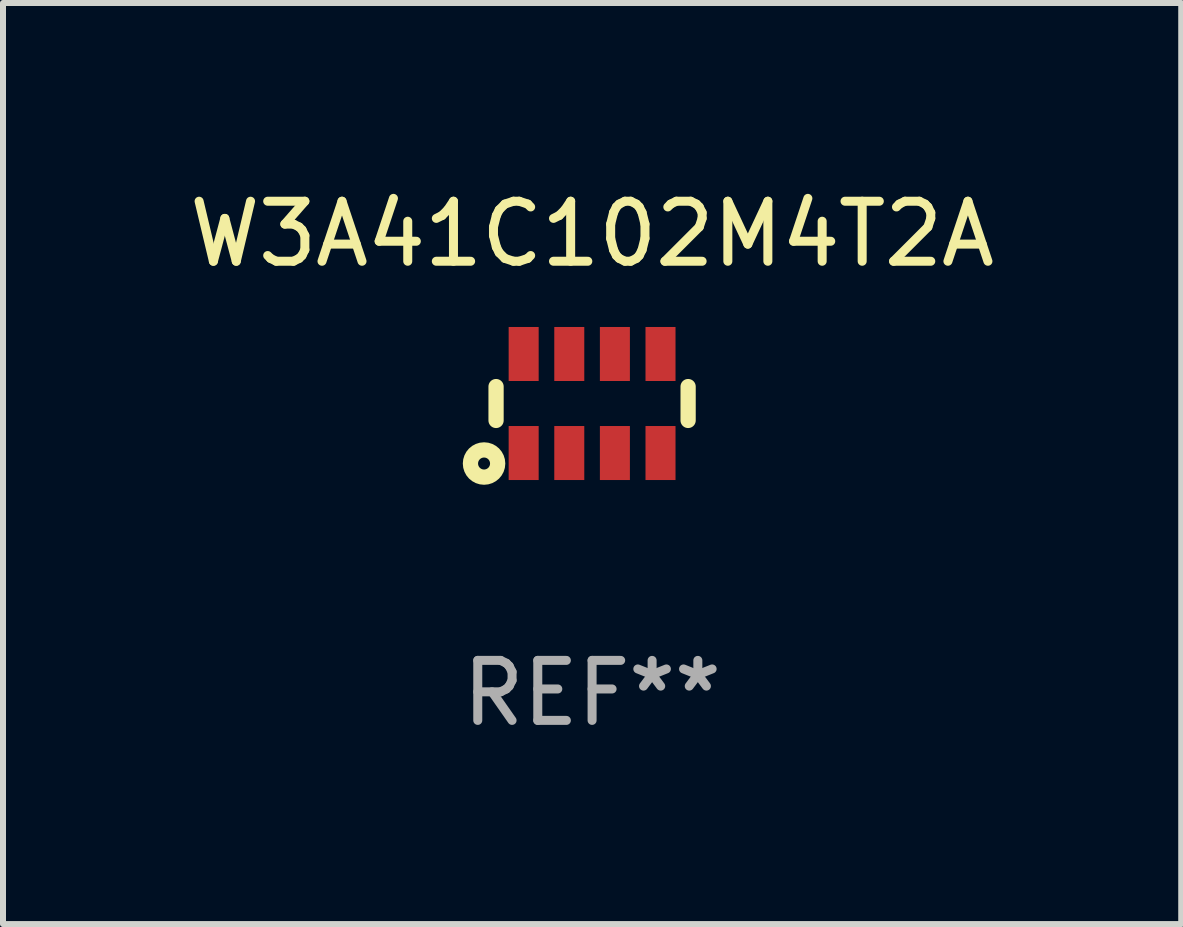
<source format=kicad_pcb>
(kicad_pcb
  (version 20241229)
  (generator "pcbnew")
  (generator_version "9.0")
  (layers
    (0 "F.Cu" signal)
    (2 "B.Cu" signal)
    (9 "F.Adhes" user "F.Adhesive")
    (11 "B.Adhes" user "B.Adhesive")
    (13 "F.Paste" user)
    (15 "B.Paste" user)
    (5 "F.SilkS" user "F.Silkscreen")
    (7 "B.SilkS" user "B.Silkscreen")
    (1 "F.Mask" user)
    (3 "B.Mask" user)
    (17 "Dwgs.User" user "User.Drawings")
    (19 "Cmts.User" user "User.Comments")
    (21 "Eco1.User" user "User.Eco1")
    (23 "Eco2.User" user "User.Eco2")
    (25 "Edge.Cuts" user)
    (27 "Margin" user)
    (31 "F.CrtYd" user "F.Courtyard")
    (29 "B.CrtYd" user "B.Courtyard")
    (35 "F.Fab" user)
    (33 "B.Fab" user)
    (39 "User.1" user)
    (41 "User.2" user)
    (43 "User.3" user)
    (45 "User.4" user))
  (footprint "W3A41C102M4T2A"
    (layer "F.Cu")
    (at 6.815 3.673)
    (property "Reference" "W3A41C102M4T2A" (at 0 -2.825 0) (layer "F.SilkS") (effects (font (size 1 1) (thickness 0.15))))
    (attr through_hole)
    (fp_line (start -1.6 -0.282) (end -1.6 0.282) (stroke (width 0.254) (type solid)) (layer "F.SilkS"))
    (fp_line (start 1.6 -0.282) (end 1.6 0.282) (stroke (width 0.254) (type solid)) (layer "F.SilkS"))
    (fp_circle (center -1.8 1) (end -1.7 1) (stroke (width 0.254) (type solid)) (fill no) (layer "F.SilkS"))
    (fp_circle (center -1.6 0.8) (end -1.57 0.8) (stroke (width 0.06) (type solid)) (fill no) (layer "F.SilkS"))
    (fp_text user "REF**" (at 0 4.825 0) (layer "F.Fab") (effects (font (size 1 1) (thickness 0.15))))
    (pad "1" smd rect (at -1.14 0.825 90) (size 0.9 0.5) (layers "F.Cu" "F.Mask" "F.Paste"))
    (pad "2" smd rect (at -0.38 0.825 90) (size 0.9 0.5) (layers "F.Cu" "F.Mask" "F.Paste"))
    (pad "3" smd rect (at 0.38 0.825 90) (size 0.9 0.5) (layers "F.Cu" "F.Mask" "F.Paste"))
    (pad "4" smd rect (at 1.14 0.825 90) (size 0.9 0.5) (layers "F.Cu" "F.Mask" "F.Paste"))
    (pad "5" smd rect (at 1.14 -0.825 90) (size 0.9 0.5) (layers "F.Cu" "F.Mask" "F.Paste"))
    (pad "6" smd rect (at 0.38 -0.825 90) (size 0.9 0.5) (layers "F.Cu" "F.Mask" "F.Paste"))
    (pad "7" smd rect (at -0.38 -0.825 90) (size 0.9 0.5) (layers "F.Cu" "F.Mask" "F.Paste"))
    (pad "8" smd rect (at -1.14 -0.825 90) (size 0.9 0.5) (layers "F.Cu" "F.Mask" "F.Paste")))
  (gr_rect
    (start -3 -3)
    (end 16.631 12.346)
    (stroke (width 0.1) (type default))
    (fill no)
    (layer "Edge.Cuts")))
</source>
